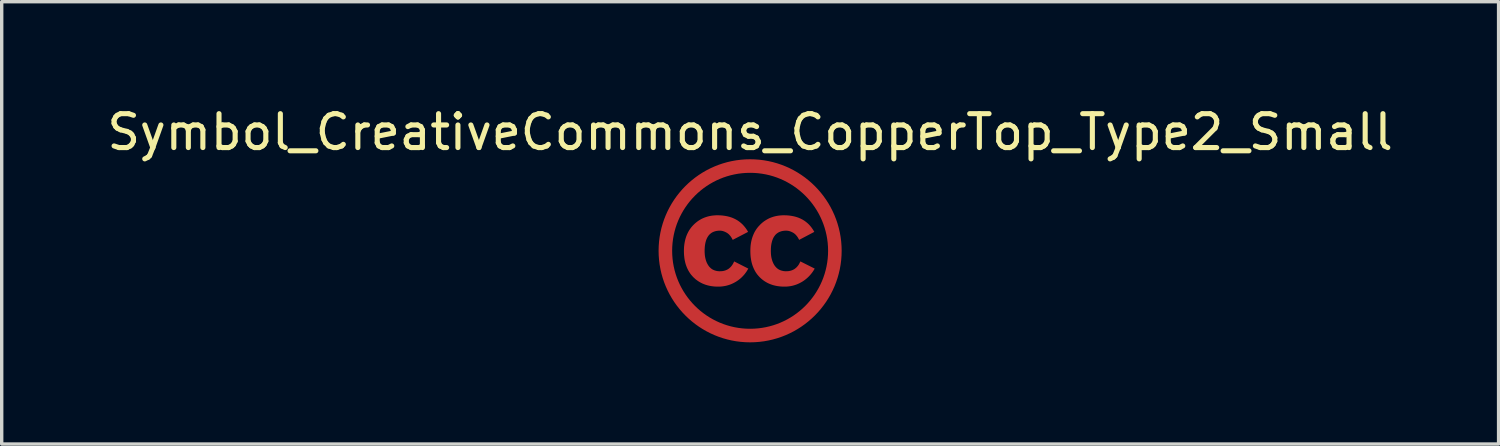
<source format=kicad_pcb>
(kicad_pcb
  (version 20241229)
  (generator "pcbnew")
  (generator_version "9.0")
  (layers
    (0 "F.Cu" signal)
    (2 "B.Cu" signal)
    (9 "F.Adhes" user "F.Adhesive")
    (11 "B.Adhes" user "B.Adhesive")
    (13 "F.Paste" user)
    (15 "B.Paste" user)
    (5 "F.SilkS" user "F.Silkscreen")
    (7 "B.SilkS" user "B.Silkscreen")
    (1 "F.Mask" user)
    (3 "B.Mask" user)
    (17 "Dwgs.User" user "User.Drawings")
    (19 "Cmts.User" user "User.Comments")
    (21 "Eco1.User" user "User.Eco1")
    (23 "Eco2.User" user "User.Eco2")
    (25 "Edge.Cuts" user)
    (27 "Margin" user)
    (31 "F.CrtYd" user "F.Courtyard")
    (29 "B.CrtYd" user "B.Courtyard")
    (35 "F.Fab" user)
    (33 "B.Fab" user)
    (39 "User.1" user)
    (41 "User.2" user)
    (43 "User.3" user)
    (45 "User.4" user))
  (footprint "Symbol_CreativeCommons_CopperTop_Type2_Small"
    (layer "F.Cu")
    (at 19.077 4.348)
    (property "Reference" "Symbol_CreativeCommons_CopperTop_Type2_Small" (at 0 -3.5 0) (layer "F.SilkS") (effects (font (size 1 1) (thickness 0.15))))
    (attr exclude_from_pos_files exclude_from_bom allow_missing_courtyard)
    (fp_circle (center 0 0) (end 2.5 0) (stroke (width 0.4) (type default)) (fill no) (layer "F.Cu"))
    (fp_poly (pts (xy -0.884 -1.046) (xy -0.809 -1.04) (xy -0.738 -1.03) (xy -0.669 -1.017) (xy -0.603 -1) (xy -0.539 -0.979) (xy -0.479 -0.954) (xy -0.421 -0.925) (xy -0.366 -0.893) (xy -0.314 -0.856) (xy -0.265 -0.816) (xy -0.218 -0.772) (xy -0.175 -0.724) (xy -0.134 -0.673) (xy -0.095 -0.617) (xy -0.06 -0.558) (xy -0.514 -0.322) (xy -0.523 -0.341) (xy -0.532 -0.358) (xy -0.542 -0.375) (xy -0.552 -0.392) (xy -0.562 -0.408) (xy -0.573 -0.423) (xy -0.583 -0.437) (xy -0.594 -0.45) (xy -0.606 -0.463) (xy -0.617 -0.476) (xy -0.629 -0.487) (xy -0.641 -0.498) (xy -0.653 -0.508) (xy -0.666 -0.517) (xy -0.679 -0.526) (xy -0.692 -0.534) (xy -0.705 -0.541) (xy -0.718 -0.548) (xy -0.731 -0.554) (xy -0.744 -0.56) (xy -0.757 -0.566) (xy -0.769 -0.57) (xy -0.782 -0.575) (xy -0.794 -0.579) (xy -0.806 -0.583) (xy -0.818 -0.586) (xy -0.83 -0.588) (xy -0.842 -0.59) (xy -0.854 -0.592) (xy -0.866 -0.593) (xy -0.877 -0.594) (xy -0.889 -0.594) (xy -0.916 -0.594) (xy -0.943 -0.592) (xy -0.97 -0.589) (xy -0.995 -0.585) (xy -1.019 -0.58) (xy -1.043 -0.573) (xy -1.065 -0.565) (xy -1.087 -0.557) (xy -1.108 -0.547) (xy -1.128 -0.536) (xy -1.147 -0.523) (xy -1.165 -0.51) (xy -1.182 -0.495) (xy -1.199 -0.48) (xy -1.214 -0.463) (xy -1.229 -0.444) (xy -1.242 -0.425) (xy -1.255 -0.405) (xy -1.267 -0.383) (xy -1.278 -0.36) (xy -1.289 -0.336) (xy -1.298 -0.311) (xy -1.306 -0.285) (xy -1.314 -0.257) (xy -1.32 -0.229) (xy -1.326 -0.199) (xy -1.331 -0.168) (xy -1.335 -0.136) (xy -1.338 -0.102) (xy -1.34 -0.068) (xy -1.342 -0.032) (xy -1.342 0.005) (xy -1.342 0.038) (xy -1.34 0.071) (xy -1.338 0.103) (xy -1.335 0.134) (xy -1.331 0.164) (xy -1.326 0.193) (xy -1.32 0.222) (xy -1.313 0.249) (xy -1.306 0.276) (xy -1.297 0.302) (xy -1.288 0.327) (xy -1.278 0.351) (xy -1.266 0.375) (xy -1.254 0.397) (xy -1.241 0.419) (xy -1.227 0.44) (xy -1.213 0.46) (xy -1.197 0.478) (xy -1.18 0.495) (xy -1.163 0.511) (xy -1.154 0.519) (xy -1.145 0.526) (xy -1.135 0.533) (xy -1.126 0.539) (xy -1.116 0.546) (xy -1.106 0.552) (xy -1.096 0.557) (xy -1.085 0.562) (xy -1.064 0.572) (xy -1.041 0.58) (xy -1.018 0.587) (xy -0.994 0.593) (xy -0.969 0.598) (xy -0.943 0.601) (xy -0.916 0.603) (xy -0.889 0.603) (xy -0.852 0.602) (xy -0.817 0.599) (xy -0.784 0.593) (xy -0.751 0.585) (xy -0.72 0.575) (xy -0.691 0.562) (xy -0.663 0.548) (xy -0.636 0.531) (xy -0.611 0.511) (xy -0.587 0.49) (xy -0.564 0.466) (xy -0.543 0.44) (xy -0.523 0.412) (xy -0.504 0.381) (xy -0.487 0.348) (xy -0.471 0.313) (xy -0.054 0.525) (xy -0.071 0.555) (xy -0.089 0.585) (xy -0.107 0.614) (xy -0.127 0.642) (xy -0.147 0.669) (xy -0.168 0.696) (xy -0.19 0.721) (xy -0.213 0.746) (xy -0.236 0.77) (xy -0.26 0.793) (xy -0.285 0.816) (xy -0.311 0.837) (xy -0.338 0.858) (xy -0.366 0.878) (xy -0.394 0.897) (xy -0.423 0.915) (xy -0.453 0.932) (xy -0.483 0.948) (xy -0.513 0.963) (xy -0.544 0.977) (xy -0.575 0.99) (xy -0.606 1.001) (xy -0.638 1.012) (xy -0.671 1.021) (xy -0.703 1.03) (xy -0.737 1.037) (xy -0.77 1.043) (xy -0.804 1.048) (xy -0.838 1.052) (xy -0.873 1.055) (xy -0.908 1.056) (xy -0.943 1.057) (xy -0.999 1.056) (xy -1.054 1.053) (xy -1.107 1.047) (xy -1.159 1.04) (xy -1.209 1.03) (xy -1.258 1.018) (xy -1.306 1.004) (xy -1.353 0.987) (xy -1.398 0.969) (xy -1.441 0.948) (xy -1.484 0.925) (xy -1.525 0.9) (xy -1.564 0.873) (xy -1.603 0.844) (xy -1.639 0.812) (xy -1.675 0.779) (xy -1.708 0.743) (xy -1.74 0.706) (xy -1.769 0.667) (xy -1.796 0.626) (xy -1.821 0.584) (xy -1.844 0.539) (xy -1.865 0.494) (xy -1.883 0.446) (xy -1.9 0.397) (xy -1.914 0.346) (xy -1.926 0.293) (xy -1.936 0.239) (xy -1.943 0.183) (xy -1.949 0.125) (xy -1.952 0.066) (xy -1.953 0.005) (xy -1.952 -0.055) (xy -1.949 -0.113) (xy -1.943 -0.17) (xy -1.935 -0.225) (xy -1.925 -0.278) (xy -1.913 -0.33) (xy -1.899 -0.38) (xy -1.883 -0.429) (xy -1.864 -0.476) (xy -1.843 -0.522) (xy -1.82 -0.566) (xy -1.795 -0.609) (xy -1.767 -0.65) (xy -1.738 -0.689) (xy -1.706 -0.727) (xy -1.672 -0.763) (xy -1.636 -0.798) (xy -1.599 -0.83) (xy -1.561 -0.86) (xy -1.522 -0.888) (xy -1.482 -0.913) (xy -1.44 -0.937) (xy -1.397 -0.958) (xy -1.353 -0.977) (xy -1.308 -0.993) (xy -1.262 -1.008) (xy -1.215 -1.02) (xy -1.167 -1.03) (xy -1.117 -1.038) (xy -1.066 -1.043) (xy -1.014 -1.047) (xy -0.961 -1.048)) (stroke (width 0) (type solid)) (fill yes) (layer "F.Cu"))
    (fp_poly (pts (xy 1.076 -1.046) (xy 1.15 -1.04) (xy 1.221 -1.03) (xy 1.29 -1.017) (xy 1.356 -1) (xy 1.419 -0.979) (xy 1.479 -0.954) (xy 1.537 -0.925) (xy 1.591 -0.893) (xy 1.643 -0.856) (xy 1.692 -0.816) (xy 1.738 -0.772) (xy 1.781 -0.724) (xy 1.821 -0.673) (xy 1.859 -0.617) (xy 1.893 -0.558) (xy 1.893 -0.558) (xy 1.446 -0.322) (xy 1.437 -0.341) (xy 1.427 -0.358) (xy 1.418 -0.375) (xy 1.408 -0.392) (xy 1.397 -0.408) (xy 1.387 -0.423) (xy 1.376 -0.437) (xy 1.365 -0.45) (xy 1.354 -0.463) (xy 1.342 -0.476) (xy 1.33 -0.487) (xy 1.318 -0.498) (xy 1.306 -0.508) (xy 1.293 -0.517) (xy 1.281 -0.526) (xy 1.267 -0.534) (xy 1.254 -0.541) (xy 1.241 -0.548) (xy 1.228 -0.554) (xy 1.215 -0.56) (xy 1.202 -0.566) (xy 1.189 -0.57) (xy 1.176 -0.575) (xy 1.164 -0.579) (xy 1.151 -0.583) (xy 1.139 -0.586) (xy 1.126 -0.588) (xy 1.114 -0.59) (xy 1.101 -0.592) (xy 1.089 -0.593) (xy 1.077 -0.594) (xy 1.065 -0.594) (xy 1.037 -0.594) (xy 1.01 -0.592) (xy 0.984 -0.589) (xy 0.959 -0.585) (xy 0.934 -0.58) (xy 0.911 -0.573) (xy 0.888 -0.565) (xy 0.866 -0.557) (xy 0.846 -0.547) (xy 0.826 -0.536) (xy 0.807 -0.523) (xy 0.788 -0.51) (xy 0.771 -0.495) (xy 0.755 -0.48) (xy 0.739 -0.463) (xy 0.725 -0.444) (xy 0.711 -0.425) (xy 0.698 -0.405) (xy 0.686 -0.383) (xy 0.675 -0.36) (xy 0.665 -0.336) (xy 0.656 -0.311) (xy 0.647 -0.285) (xy 0.64 -0.257) (xy 0.633 -0.229) (xy 0.627 -0.199) (xy 0.622 -0.168) (xy 0.618 -0.136) (xy 0.615 -0.102) (xy 0.613 -0.068) (xy 0.612 -0.032) (xy 0.611 0.005) (xy 0.612 0.038) (xy 0.613 0.071) (xy 0.615 0.103) (xy 0.618 0.134) (xy 0.622 0.164) (xy 0.627 0.193) (xy 0.633 0.222) (xy 0.64 0.249) (xy 0.648 0.276) (xy 0.656 0.302) (xy 0.666 0.327) (xy 0.676 0.351) (xy 0.687 0.375) (xy 0.699 0.397) (xy 0.712 0.419) (xy 0.726 0.44) (xy 0.741 0.46) (xy 0.757 0.478) (xy 0.773 0.495) (xy 0.782 0.504) (xy 0.79 0.511) (xy 0.799 0.519) (xy 0.809 0.526) (xy 0.818 0.533) (xy 0.828 0.539) (xy 0.837 0.546) (xy 0.847 0.552) (xy 0.858 0.557) (xy 0.868 0.562) (xy 0.89 0.572) (xy 0.912 0.58) (xy 0.936 0.587) (xy 0.96 0.593) (xy 0.985 0.598) (xy 1.011 0.601) (xy 1.037 0.603) (xy 1.065 0.603) (xy 1.101 0.602) (xy 1.136 0.599) (xy 1.17 0.593) (xy 1.202 0.585) (xy 1.233 0.575) (xy 1.262 0.562) (xy 1.291 0.548) (xy 1.317 0.531) (xy 1.343 0.511) (xy 1.367 0.49) (xy 1.389 0.466) (xy 1.411 0.44) (xy 1.431 0.412) (xy 1.449 0.381) (xy 1.466 0.348) (xy 1.482 0.313) (xy 1.905 0.525) (xy 1.888 0.555) (xy 1.869 0.585) (xy 1.85 0.614) (xy 1.83 0.642) (xy 1.809 0.669) (xy 1.787 0.696) (xy 1.765 0.721) (xy 1.742 0.746) (xy 1.718 0.77) (xy 1.694 0.793) (xy 1.668 0.816) (xy 1.642 0.837) (xy 1.616 0.858) (xy 1.588 0.878) (xy 1.56 0.897) (xy 1.531 0.915) (xy 1.501 0.932) (xy 1.471 0.948) (xy 1.441 0.963) (xy 1.41 0.977) (xy 1.379 0.99) (xy 1.348 1.001) (xy 1.316 1.012) (xy 1.284 1.021) (xy 1.252 1.03) (xy 1.219 1.037) (xy 1.186 1.043) (xy 1.153 1.048) (xy 1.119 1.052) (xy 1.085 1.055) (xy 1.051 1.056) (xy 1.017 1.057) (xy 0.96 1.056) (xy 0.905 1.053) (xy 0.851 1.047) (xy 0.798 1.04) (xy 0.747 1.03) (xy 0.698 1.018) (xy 0.65 1.004) (xy 0.603 0.987) (xy 0.558 0.969) (xy 0.514 0.948) (xy 0.472 0.925) (xy 0.431 0.9) (xy 0.392 0.873) (xy 0.354 0.844) (xy 0.317 0.812) (xy 0.282 0.779) (xy 0.249 0.743) (xy 0.217 0.706) (xy 0.188 0.667) (xy 0.161 0.626) (xy 0.137 0.584) (xy 0.114 0.539) (xy 0.094 0.494) (xy 0.075 0.446) (xy 0.059 0.397) (xy 0.045 0.346) (xy 0.033 0.293) (xy 0.024 0.239) (xy 0.016 0.183) (xy 0.011 0.125) (xy 0.008 0.066) (xy 0.007 0.005) (xy 0.008 -0.055) (xy 0.011 -0.113) (xy 0.016 -0.17) (xy 0.024 -0.225) (xy 0.034 -0.278) (xy 0.046 -0.33) (xy 0.06 -0.38) (xy 0.077 -0.429) (xy 0.096 -0.476) (xy 0.116 -0.522) (xy 0.139 -0.566) (xy 0.165 -0.609) (xy 0.192 -0.65) (xy 0.222 -0.689) (xy 0.254 -0.727) (xy 0.288 -0.763) (xy 0.324 -0.798) (xy 0.36 -0.83) (xy 0.398 -0.86) (xy 0.438 -0.888) (xy 0.478 -0.913) (xy 0.52 -0.937) (xy 0.562 -0.958) (xy 0.606 -0.977) (xy 0.651 -0.993) (xy 0.697 -1.008) (xy 0.744 -1.02) (xy 0.793 -1.03) (xy 0.843 -1.038) (xy 0.893 -1.043) (xy 0.945 -1.047) (xy 0.998 -1.048)) (stroke (width 0) (type solid)) (fill yes) (layer "F.Cu")))
  (gr_rect
    (start -3 -3)
    (end 41.155 10.048)
    (stroke (width 0.1) (type default))
    (fill no)
    (layer "Edge.Cuts")))
</source>
